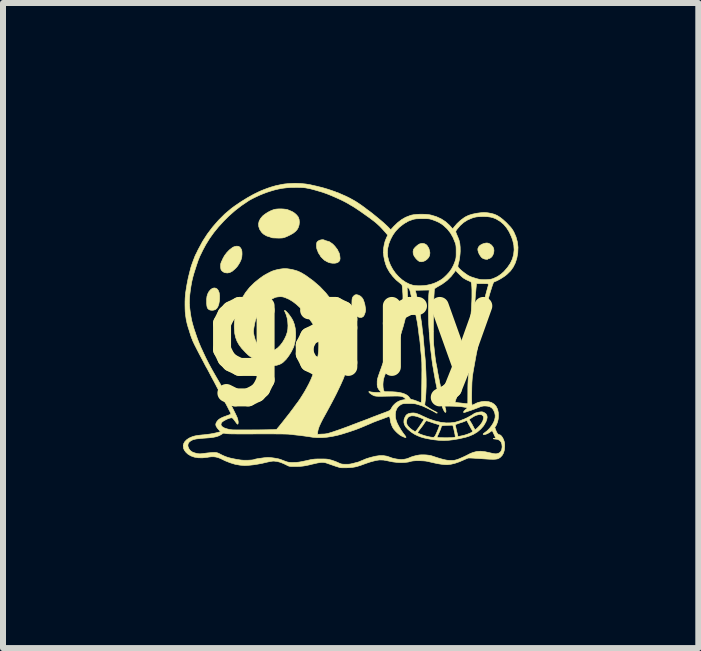
<source format=kicad_pcb>
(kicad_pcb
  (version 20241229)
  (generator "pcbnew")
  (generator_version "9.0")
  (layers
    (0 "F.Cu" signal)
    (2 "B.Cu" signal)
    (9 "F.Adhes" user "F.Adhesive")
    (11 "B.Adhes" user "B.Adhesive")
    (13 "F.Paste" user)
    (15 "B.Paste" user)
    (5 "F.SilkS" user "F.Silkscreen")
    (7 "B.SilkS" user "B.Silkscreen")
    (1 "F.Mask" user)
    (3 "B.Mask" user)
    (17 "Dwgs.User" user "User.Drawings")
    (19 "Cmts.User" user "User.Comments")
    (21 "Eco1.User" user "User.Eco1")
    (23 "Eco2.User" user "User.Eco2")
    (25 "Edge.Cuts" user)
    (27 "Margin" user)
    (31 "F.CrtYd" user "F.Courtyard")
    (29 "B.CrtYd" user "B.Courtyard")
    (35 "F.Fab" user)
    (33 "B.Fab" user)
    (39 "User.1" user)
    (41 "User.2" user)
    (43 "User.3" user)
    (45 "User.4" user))
  (footprint "gary"
    (layer "F.Cu")
    (at 2.792 2.376)
    (property "Reference" "gary" (at 0 0 0) (layer "F.SilkS") (effects (font (size 1.524 1.524) (thickness 0.3))))
    (attr through_hole)
    (fp_poly (pts (xy -2.244 -0.622) (xy -2.22 -0.607) (xy -2.201 -0.58) (xy -2.188 -0.544) (xy -2.182 -0.499) (xy -2.182 -0.446) (xy -2.185 -0.41) (xy -2.195 -0.356) (xy -2.21 -0.315) (xy -2.229 -0.285) (xy -2.254 -0.265) (xy -2.285 -0.256) (xy -2.306 -0.254) (xy -2.329 -0.256) (xy -2.348 -0.261) (xy -2.352 -0.262) (xy -2.369 -0.274) (xy -2.382 -0.288) (xy -2.39 -0.308) (xy -2.395 -0.337) (xy -2.398 -0.376) (xy -2.398 -0.379) (xy -2.398 -0.439) (xy -2.392 -0.489) (xy -2.378 -0.531) (xy -2.36 -0.565) (xy -2.332 -0.598) (xy -2.303 -0.619) (xy -2.273 -0.627) (xy -2.244 -0.622)) (stroke (width 0.01) (type solid)) (fill yes) (layer "F.SilkS"))
    (fp_poly (pts (xy 2.29 -1.374) (xy 2.311 -1.367) (xy 2.316 -1.364) (xy 2.349 -1.342) (xy 2.374 -1.311) (xy 2.387 -1.282) (xy 2.391 -1.249) (xy 2.387 -1.215) (xy 2.376 -1.182) (xy 2.36 -1.153) (xy 2.339 -1.131) (xy 2.316 -1.118) (xy 2.302 -1.116) (xy 2.294 -1.113) (xy 2.293 -1.11) (xy 2.287 -1.105) (xy 2.272 -1.104) (xy 2.252 -1.105) (xy 2.23 -1.11) (xy 2.211 -1.117) (xy 2.209 -1.118) (xy 2.186 -1.134) (xy 2.165 -1.16) (xy 2.145 -1.192) (xy 2.131 -1.225) (xy 2.123 -1.257) (xy 2.123 -1.281) (xy 2.135 -1.31) (xy 2.158 -1.336) (xy 2.192 -1.356) (xy 2.213 -1.364) (xy 2.245 -1.373) (xy 2.269 -1.376) (xy 2.29 -1.374)) (stroke (width 0.01) (type solid)) (fill yes) (layer "F.SilkS"))
    (fp_poly (pts (xy 0.127 -0.509) (xy 0.139 -0.504) (xy 0.167 -0.489) (xy 0.19 -0.467) (xy 0.21 -0.438) (xy 0.225 -0.399) (xy 0.239 -0.351) (xy 0.249 -0.29) (xy 0.252 -0.273) (xy 0.251 -0.249) (xy 0.245 -0.219) (xy 0.235 -0.19) (xy 0.223 -0.164) (xy 0.21 -0.148) (xy 0.209 -0.147) (xy 0.183 -0.135) (xy 0.153 -0.135) (xy 0.119 -0.146) (xy 0.103 -0.155) (xy 0.083 -0.169) (xy 0.069 -0.181) (xy 0.063 -0.188) (xy 0.047 -0.217) (xy 0.036 -0.24) (xy 0.029 -0.259) (xy 0.025 -0.278) (xy 0.024 -0.301) (xy 0.023 -0.333) (xy 0.023 -0.351) (xy 0.024 -0.393) (xy 0.025 -0.424) (xy 0.028 -0.447) (xy 0.032 -0.463) (xy 0.04 -0.477) (xy 0.05 -0.49) (xy 0.053 -0.493) (xy 0.075 -0.51) (xy 0.098 -0.515) (xy 0.127 -0.509)) (stroke (width 0.01) (type solid)) (fill yes) (layer "F.SilkS"))
    (fp_poly (pts (xy 1.227 -1.366) (xy 1.258 -1.351) (xy 1.267 -1.343) (xy 1.281 -1.328) (xy 1.289 -1.316) (xy 1.29 -1.312) (xy 1.294 -1.304) (xy 1.296 -1.303) (xy 1.301 -1.297) (xy 1.307 -1.282) (xy 1.313 -1.261) (xy 1.319 -1.238) (xy 1.323 -1.218) (xy 1.323 -1.206) (xy 1.318 -1.166) (xy 1.3 -1.131) (xy 1.271 -1.1) (xy 1.241 -1.08) (xy 1.211 -1.068) (xy 1.18 -1.063) (xy 1.152 -1.067) (xy 1.15 -1.068) (xy 1.131 -1.079) (xy 1.108 -1.099) (xy 1.086 -1.123) (xy 1.067 -1.149) (xy 1.059 -1.162) (xy 1.046 -1.196) (xy 1.043 -1.232) (xy 1.049 -1.264) (xy 1.049 -1.265) (xy 1.06 -1.283) (xy 1.079 -1.305) (xy 1.102 -1.326) (xy 1.127 -1.346) (xy 1.149 -1.359) (xy 1.154 -1.361) (xy 1.192 -1.37) (xy 1.227 -1.366)) (stroke (width 0.01) (type solid)) (fill yes) (layer "F.SilkS"))
    (fp_poly (pts (xy -1.866 -1.32) (xy -1.844 -1.307) (xy -1.826 -1.283) (xy -1.824 -1.279) (xy -1.816 -1.262) (xy -1.811 -1.244) (xy -1.809 -1.223) (xy -1.808 -1.192) (xy -1.808 -1.191) (xy -1.812 -1.141) (xy -1.825 -1.094) (xy -1.847 -1.047) (xy -1.864 -1.02) (xy -1.877 -0.999) (xy -1.888 -0.984) (xy -1.899 -0.971) (xy -1.913 -0.956) (xy -1.932 -0.938) (xy -1.972 -0.904) (xy -2.013 -0.883) (xy -2.053 -0.876) (xy -2.093 -0.881) (xy -2.103 -0.884) (xy -2.122 -0.895) (xy -2.141 -0.91) (xy -2.143 -0.912) (xy -2.154 -0.925) (xy -2.16 -0.939) (xy -2.163 -0.959) (xy -2.165 -0.98) (xy -2.165 -1.011) (xy -2.162 -1.034) (xy -2.154 -1.056) (xy -2.154 -1.057) (xy -2.143 -1.08) (xy -2.132 -1.104) (xy -2.13 -1.11) (xy -2.1 -1.165) (xy -2.062 -1.215) (xy -2.021 -1.258) (xy -2.005 -1.271) (xy -1.988 -1.284) (xy -1.976 -1.293) (xy -1.972 -1.297) (xy -1.959 -1.305) (xy -1.938 -1.314) (xy -1.915 -1.32) (xy -1.896 -1.323) (xy -1.895 -1.323) (xy -1.866 -1.32)) (stroke (width 0.01) (type solid)) (fill yes) (layer "F.SilkS"))
    (fp_poly (pts (xy -1.152 -1.944) (xy -1.115 -1.942) (xy -1.08 -1.938) (xy -1.053 -1.933) (xy -1.035 -1.926) (xy -1.033 -1.925) (xy -1.022 -1.92) (xy -1.005 -1.913) (xy -0.999 -1.911) (xy -0.966 -1.896) (xy -0.931 -1.873) (xy -0.9 -1.845) (xy -0.876 -1.816) (xy -0.869 -1.805) (xy -0.856 -1.766) (xy -0.852 -1.722) (xy -0.857 -1.676) (xy -0.871 -1.633) (xy -0.888 -1.602) (xy -0.914 -1.572) (xy -0.952 -1.541) (xy -1 -1.513) (xy -1.054 -1.487) (xy -1.085 -1.474) (xy -1.108 -1.466) (xy -1.129 -1.461) (xy -1.151 -1.459) (xy -1.18 -1.458) (xy -1.206 -1.458) (xy -1.238 -1.459) (xy -1.267 -1.46) (xy -1.29 -1.461) (xy -1.3 -1.462) (xy -1.317 -1.466) (xy -1.327 -1.47) (xy -1.337 -1.475) (xy -1.355 -1.48) (xy -1.367 -1.484) (xy -1.388 -1.49) (xy -1.405 -1.497) (xy -1.41 -1.5) (xy -1.424 -1.509) (xy -1.439 -1.517) (xy -1.454 -1.528) (xy -1.472 -1.545) (xy -1.483 -1.557) (xy -1.513 -1.602) (xy -1.529 -1.648) (xy -1.533 -1.694) (xy -1.523 -1.739) (xy -1.5 -1.783) (xy -1.465 -1.825) (xy -1.451 -1.837) (xy -1.415 -1.864) (xy -1.374 -1.89) (xy -1.331 -1.912) (xy -1.289 -1.929) (xy -1.257 -1.938) (xy -1.227 -1.942) (xy -1.191 -1.944) (xy -1.152 -1.944)) (stroke (width 0.01) (type solid)) (fill yes) (layer "F.SilkS"))
    (fp_poly (pts (xy -0.443 -1.428) (xy -0.437 -1.425) (xy -0.428 -1.42) (xy -0.41 -1.414) (xy -0.386 -1.407) (xy -0.386 -1.407) (xy -0.364 -1.401) (xy -0.348 -1.395) (xy -0.341 -1.39) (xy -0.341 -1.39) (xy -0.335 -1.384) (xy -0.328 -1.38) (xy -0.314 -1.372) (xy -0.294 -1.356) (xy -0.272 -1.334) (xy -0.252 -1.311) (xy -0.244 -1.3) (xy -0.232 -1.284) (xy -0.223 -1.273) (xy -0.22 -1.27) (xy -0.216 -1.262) (xy -0.209 -1.247) (xy -0.207 -1.243) (xy -0.2 -1.227) (xy -0.194 -1.217) (xy -0.193 -1.217) (xy -0.189 -1.208) (xy -0.184 -1.19) (xy -0.179 -1.166) (xy -0.176 -1.142) (xy -0.174 -1.12) (xy -0.174 -1.116) (xy -0.179 -1.086) (xy -0.196 -1.063) (xy -0.222 -1.047) (xy -0.258 -1.039) (xy -0.302 -1.039) (xy -0.336 -1.044) (xy -0.362 -1.051) (xy -0.388 -1.063) (xy -0.395 -1.066) (xy -0.411 -1.076) (xy -0.423 -1.082) (xy -0.425 -1.083) (xy -0.432 -1.087) (xy -0.445 -1.099) (xy -0.461 -1.114) (xy -0.478 -1.131) (xy -0.492 -1.145) (xy -0.5 -1.156) (xy -0.501 -1.158) (xy -0.505 -1.166) (xy -0.514 -1.181) (xy -0.521 -1.191) (xy -0.533 -1.208) (xy -0.54 -1.222) (xy -0.541 -1.226) (xy -0.544 -1.237) (xy -0.551 -1.252) (xy -0.561 -1.279) (xy -0.566 -1.312) (xy -0.567 -1.348) (xy -0.565 -1.365) (xy -0.561 -1.385) (xy -0.552 -1.398) (xy -0.534 -1.412) (xy -0.533 -1.412) (xy -0.511 -1.423) (xy -0.485 -1.429) (xy -0.461 -1.431) (xy -0.443 -1.428)) (stroke (width 0.01) (type solid)) (fill yes) (layer "F.SilkS"))
    (fp_poly (pts (xy 2.206 1.441) (xy 2.226 1.45) (xy 2.227 1.45) (xy 2.256 1.47) (xy 2.272 1.495) (xy 2.278 1.526) (xy 2.272 1.563) (xy 2.256 1.607) (xy 2.253 1.612) (xy 2.218 1.672) (xy 2.171 1.725) (xy 2.115 1.773) (xy 2.049 1.813) (xy 1.976 1.844) (xy 1.922 1.861) (xy 1.819 1.885) (xy 1.726 1.902) (xy 1.639 1.912) (xy 1.556 1.916) (xy 1.474 1.913) (xy 1.39 1.904) (xy 1.374 1.902) (xy 1.295 1.888) (xy 1.228 1.874) (xy 1.17 1.857) (xy 1.119 1.837) (xy 1.072 1.814) (xy 1.027 1.786) (xy 1.027 1.786) (xy 1.12 1.786) (xy 1.121 1.787) (xy 1.132 1.796) (xy 1.153 1.806) (xy 1.183 1.818) (xy 1.218 1.83) (xy 1.255 1.841) (xy 1.293 1.85) (xy 1.327 1.858) (xy 1.357 1.862) (xy 1.377 1.863) (xy 1.39 1.861) (xy 1.396 1.858) (xy 1.445 1.858) (xy 1.452 1.864) (xy 1.466 1.867) (xy 1.486 1.868) (xy 1.516 1.869) (xy 1.552 1.87) (xy 1.591 1.87) (xy 1.629 1.87) (xy 1.664 1.869) (xy 1.694 1.868) (xy 1.713 1.866) (xy 1.716 1.865) (xy 1.734 1.862) (xy 1.746 1.858) (xy 1.747 1.857) (xy 1.747 1.85) (xy 1.744 1.833) (xy 1.74 1.808) (xy 1.734 1.779) (xy 1.727 1.748) (xy 1.72 1.718) (xy 1.714 1.694) (xy 1.705 1.661) (xy 1.616 1.663) (xy 1.576 1.665) (xy 1.547 1.667) (xy 1.528 1.671) (xy 1.517 1.677) (xy 1.512 1.686) (xy 1.511 1.696) (xy 1.508 1.707) (xy 1.501 1.727) (xy 1.491 1.752) (xy 1.479 1.779) (xy 1.467 1.805) (xy 1.457 1.826) (xy 1.447 1.846) (xy 1.445 1.858) (xy 1.396 1.858) (xy 1.399 1.856) (xy 1.407 1.845) (xy 1.418 1.826) (xy 1.422 1.818) (xy 1.437 1.785) (xy 1.452 1.75) (xy 1.466 1.716) (xy 1.476 1.687) (xy 1.481 1.67) (xy 1.482 1.658) (xy 1.476 1.652) (xy 1.475 1.652) (xy 1.746 1.652) (xy 1.755 1.696) (xy 1.762 1.727) (xy 1.769 1.758) (xy 1.774 1.778) (xy 1.78 1.802) (xy 1.785 1.823) (xy 1.787 1.832) (xy 1.791 1.85) (xy 1.84 1.841) (xy 1.872 1.834) (xy 1.907 1.825) (xy 1.932 1.817) (xy 1.96 1.807) (xy 1.989 1.795) (xy 2.007 1.787) (xy 2.027 1.775) (xy 2.034 1.764) (xy 2.031 1.751) (xy 2.025 1.741) (xy 2.019 1.731) (xy 2.008 1.713) (xy 1.995 1.689) (xy 1.981 1.662) (xy 1.967 1.637) (xy 1.956 1.616) (xy 1.95 1.603) (xy 1.95 1.603) (xy 1.944 1.591) (xy 1.936 1.586) (xy 1.924 1.587) (xy 1.904 1.596) (xy 1.899 1.598) (xy 1.881 1.605) (xy 1.868 1.61) (xy 1.865 1.611) (xy 1.856 1.613) (xy 1.838 1.619) (xy 1.814 1.627) (xy 1.803 1.631) (xy 1.746 1.652) (xy 1.475 1.652) (xy 1.462 1.648) (xy 1.446 1.645) (xy 1.422 1.637) (xy 1.392 1.628) (xy 1.359 1.617) (xy 1.328 1.606) (xy 1.301 1.597) (xy 1.28 1.59) (xy 1.27 1.587) (xy 1.269 1.587) (xy 1.26 1.589) (xy 1.248 1.602) (xy 1.236 1.619) (xy 1.219 1.645) (xy 1.199 1.674) (xy 1.188 1.688) (xy 1.162 1.722) (xy 1.144 1.746) (xy 1.131 1.764) (xy 1.124 1.775) (xy 1.121 1.782) (xy 1.12 1.786) (xy 1.027 1.786) (xy 1.004 1.769) (xy 0.956 1.729) (xy 0.921 1.69) (xy 0.899 1.651) (xy 0.892 1.622) (xy 0.934 1.622) (xy 0.943 1.652) (xy 0.944 1.654) (xy 0.964 1.683) (xy 0.994 1.713) (xy 1.031 1.741) (xy 1.041 1.747) (xy 1.079 1.77) (xy 1.102 1.746) (xy 1.115 1.729) (xy 1.133 1.705) (xy 1.152 1.678) (xy 1.161 1.664) (xy 1.179 1.638) (xy 1.194 1.614) (xy 1.207 1.596) (xy 1.211 1.589) (xy 1.221 1.571) (xy 1.222 1.56) (xy 1.217 1.557) (xy 1.207 1.555) (xy 1.19 1.548) (xy 1.175 1.541) (xy 1.116 1.518) (xy 1.065 1.506) (xy 1.021 1.504) (xy 0.985 1.513) (xy 0.98 1.515) (xy 0.958 1.532) (xy 0.943 1.558) (xy 0.934 1.589) (xy 0.934 1.622) (xy 0.892 1.622) (xy 0.89 1.611) (xy 0.892 1.571) (xy 0.906 1.532) (xy 0.922 1.502) (xy 0.941 1.482) (xy 0.965 1.469) (xy 0.987 1.463) (xy 1.02 1.458) (xy 1.051 1.457) (xy 1.083 1.461) (xy 1.119 1.472) (xy 1.161 1.489) (xy 1.2 1.508) (xy 1.304 1.555) (xy 1.404 1.589) (xy 1.5 1.612) (xy 1.593 1.623) (xy 1.669 1.622) (xy 1.748 1.611) (xy 1.826 1.587) (xy 1.855 1.575) (xy 1.875 1.567) (xy 1.892 1.561) (xy 1.893 1.56) (xy 1.979 1.56) (xy 1.981 1.57) (xy 1.991 1.588) (xy 1.998 1.599) (xy 2.01 1.619) (xy 2.026 1.646) (xy 2.041 1.675) (xy 2.046 1.683) (xy 2.058 1.707) (xy 2.069 1.726) (xy 2.076 1.736) (xy 2.078 1.738) (xy 2.084 1.733) (xy 2.098 1.722) (xy 2.115 1.706) (xy 2.116 1.706) (xy 2.157 1.663) (xy 2.187 1.623) (xy 2.206 1.587) (xy 2.208 1.581) (xy 2.216 1.552) (xy 2.218 1.531) (xy 2.214 1.514) (xy 2.205 1.502) (xy 2.187 1.488) (xy 2.16 1.483) (xy 2.128 1.487) (xy 2.091 1.498) (xy 2.053 1.516) (xy 2.014 1.541) (xy 2.014 1.541) (xy 1.999 1.552) (xy 1.987 1.557) (xy 1.986 1.557) (xy 1.979 1.56) (xy 1.893 1.56) (xy 1.906 1.555) (xy 1.928 1.545) (xy 1.955 1.531) (xy 1.983 1.516) (xy 2.009 1.501) (xy 2.032 1.488) (xy 2.047 1.478) (xy 2.052 1.474) (xy 2.065 1.465) (xy 2.089 1.456) (xy 2.119 1.447) (xy 2.153 1.441) (xy 2.16 1.44) (xy 2.186 1.438) (xy 2.206 1.441)) (stroke (width 0.01) (type solid)) (fill yes) (layer "F.SilkS"))
    (fp_poly (pts (xy -0.833 -2.368) (xy -0.744 -2.359) (xy -0.672 -2.347) (xy -0.62 -2.335) (xy -0.57 -2.324) (xy -0.522 -2.312) (xy -0.481 -2.302) (xy -0.448 -2.293) (xy -0.431 -2.288) (xy -0.378 -2.272) (xy -0.333 -2.257) (xy -0.295 -2.244) (xy -0.267 -2.234) (xy -0.249 -2.228) (xy -0.244 -2.225) (xy -0.232 -2.219) (xy -0.229 -2.219) (xy -0.219 -2.217) (xy -0.201 -2.21) (xy -0.186 -2.203) (xy -0.161 -2.192) (xy -0.131 -2.179) (xy -0.102 -2.166) (xy -0.1 -2.166) (xy -0.07 -2.152) (xy -0.039 -2.137) (xy -0.014 -2.124) (xy -0.013 -2.124) (xy 0.01 -2.111) (xy 0.032 -2.099) (xy 0.043 -2.093) (xy 0.07 -2.078) (xy 0.104 -2.057) (xy 0.143 -2.031) (xy 0.184 -2.003) (xy 0.224 -1.974) (xy 0.251 -1.954) (xy 0.259 -1.947) (xy 0.275 -1.935) (xy 0.296 -1.919) (xy 0.311 -1.909) (xy 0.357 -1.874) (xy 0.405 -1.835) (xy 0.454 -1.795) (xy 0.502 -1.755) (xy 0.547 -1.717) (xy 0.586 -1.681) (xy 0.618 -1.651) (xy 0.634 -1.635) (xy 0.67 -1.596) (xy 0.723 -1.654) (xy 0.787 -1.716) (xy 0.851 -1.765) (xy 0.918 -1.804) (xy 0.99 -1.832) (xy 1.014 -1.84) (xy 1.052 -1.847) (xy 1.099 -1.852) (xy 1.152 -1.855) (xy 1.207 -1.855) (xy 1.26 -1.853) (xy 1.308 -1.848) (xy 1.34 -1.842) (xy 1.43 -1.815) (xy 1.511 -1.778) (xy 1.584 -1.731) (xy 1.648 -1.673) (xy 1.682 -1.635) (xy 1.703 -1.61) (xy 1.725 -1.639) (xy 1.776 -1.699) (xy 1.834 -1.753) (xy 1.896 -1.799) (xy 1.921 -1.814) (xy 1.969 -1.837) (xy 2.03 -1.856) (xy 2.101 -1.871) (xy 2.138 -1.876) (xy 2.177 -1.881) (xy 2.207 -1.883) (xy 2.234 -1.884) (xy 2.262 -1.882) (xy 2.289 -1.879) (xy 2.346 -1.869) (xy 2.397 -1.855) (xy 2.445 -1.834) (xy 2.491 -1.805) (xy 2.539 -1.768) (xy 2.591 -1.721) (xy 2.607 -1.705) (xy 2.639 -1.671) (xy 2.664 -1.645) (xy 2.683 -1.622) (xy 2.698 -1.601) (xy 2.712 -1.578) (xy 2.723 -1.559) (xy 2.759 -1.476) (xy 2.782 -1.391) (xy 2.792 -1.304) (xy 2.788 -1.216) (xy 2.788 -1.21) (xy 2.772 -1.122) (xy 2.747 -1.044) (xy 2.712 -0.974) (xy 2.668 -0.912) (xy 2.612 -0.857) (xy 2.593 -0.841) (xy 2.567 -0.821) (xy 2.535 -0.8) (xy 2.501 -0.779) (xy 2.469 -0.761) (xy 2.44 -0.746) (xy 2.419 -0.737) (xy 2.415 -0.736) (xy 2.399 -0.73) (xy 2.388 -0.722) (xy 2.379 -0.707) (xy 2.374 -0.693) (xy 2.363 -0.664) (xy 2.35 -0.623) (xy 2.333 -0.57) (xy 2.313 -0.504) (xy 2.311 -0.495) (xy 2.3 -0.456) (xy 2.287 -0.408) (xy 2.272 -0.353) (xy 2.258 -0.295) (xy 2.243 -0.237) (xy 2.229 -0.18) (xy 2.217 -0.129) (xy 2.208 -0.086) (xy 2.202 -0.06) (xy 2.195 -0.026) (xy 2.188 0.012) (xy 2.182 0.04) (xy 2.171 0.097) (xy 2.161 0.143) (xy 2.154 0.181) (xy 2.148 0.212) (xy 2.142 0.239) (xy 2.138 0.264) (xy 2.133 0.289) (xy 2.132 0.294) (xy 2.125 0.329) (xy 2.117 0.372) (xy 2.109 0.417) (xy 2.101 0.455) (xy 2.086 0.537) (xy 2.073 0.609) (xy 2.062 0.67) (xy 2.053 0.721) (xy 2.045 0.766) (xy 2.039 0.804) (xy 2.034 0.837) (xy 2.03 0.867) (xy 2.028 0.895) (xy 2.026 0.922) (xy 2.024 0.951) (xy 2.023 0.981) (xy 2.022 1.015) (xy 2.021 1.054) (xy 2.021 1.066) (xy 2.02 1.117) (xy 2.019 1.165) (xy 2.019 1.209) (xy 2.02 1.246) (xy 2.02 1.274) (xy 2.021 1.291) (xy 2.021 1.291) (xy 2.026 1.329) (xy 2.061 1.313) (xy 2.082 1.302) (xy 2.1 1.293) (xy 2.107 1.29) (xy 2.127 1.282) (xy 2.156 1.275) (xy 2.189 1.268) (xy 2.222 1.264) (xy 2.245 1.263) (xy 2.302 1.269) (xy 2.352 1.284) (xy 2.393 1.31) (xy 2.426 1.345) (xy 2.449 1.391) (xy 2.454 1.405) (xy 2.464 1.453) (xy 2.466 1.505) (xy 2.462 1.559) (xy 2.45 1.609) (xy 2.433 1.653) (xy 2.426 1.666) (xy 2.405 1.697) (xy 2.417 1.733) (xy 2.432 1.77) (xy 2.448 1.798) (xy 2.464 1.814) (xy 2.476 1.818) (xy 2.497 1.825) (xy 2.517 1.843) (xy 2.537 1.872) (xy 2.551 1.902) (xy 2.56 1.927) (xy 2.566 1.948) (xy 2.569 1.972) (xy 2.57 2.002) (xy 2.57 2.012) (xy 2.565 2.073) (xy 2.55 2.125) (xy 2.526 2.167) (xy 2.493 2.2) (xy 2.47 2.214) (xy 2.457 2.22) (xy 2.441 2.224) (xy 2.42 2.227) (xy 2.394 2.229) (xy 2.361 2.229) (xy 2.319 2.228) (xy 2.267 2.225) (xy 2.205 2.221) (xy 2.146 2.217) (xy 2.099 2.214) (xy 2.056 2.211) (xy 2.018 2.209) (xy 1.988 2.208) (xy 1.968 2.208) (xy 1.96 2.209) (xy 1.947 2.214) (xy 1.925 2.223) (xy 1.899 2.234) (xy 1.886 2.24) (xy 1.814 2.271) (xy 1.744 2.295) (xy 1.678 2.311) (xy 1.618 2.319) (xy 1.598 2.319) (xy 1.559 2.317) (xy 1.51 2.311) (xy 1.453 2.302) (xy 1.392 2.289) (xy 1.38 2.286) (xy 1.347 2.279) (xy 1.31 2.27) (xy 1.279 2.263) (xy 1.248 2.258) (xy 1.21 2.255) (xy 1.167 2.253) (xy 1.124 2.252) (xy 1.082 2.253) (xy 1.046 2.256) (xy 1.018 2.26) (xy 1.009 2.263) (xy 0.962 2.275) (xy 0.905 2.282) (xy 0.842 2.284) (xy 0.775 2.281) (xy 0.707 2.273) (xy 0.641 2.26) (xy 0.624 2.256) (xy 0.55 2.242) (xy 0.481 2.24) (xy 0.424 2.249) (xy 0.376 2.261) (xy 0.322 2.276) (xy 0.269 2.294) (xy 0.224 2.31) (xy 0.167 2.331) (xy 0.119 2.346) (xy 0.075 2.357) (xy 0.032 2.364) (xy -0.014 2.368) (xy -0.057 2.37) (xy -0.093 2.37) (xy -0.125 2.37) (xy -0.151 2.37) (xy -0.167 2.369) (xy -0.17 2.369) (xy -0.19 2.363) (xy -0.219 2.354) (xy -0.254 2.343) (xy -0.291 2.33) (xy -0.326 2.318) (xy -0.357 2.307) (xy -0.361 2.306) (xy -0.389 2.296) (xy -0.414 2.288) (xy -0.438 2.283) (xy -0.461 2.281) (xy -0.487 2.281) (xy -0.517 2.285) (xy -0.553 2.291) (xy -0.596 2.301) (xy -0.65 2.313) (xy -0.688 2.323) (xy -0.741 2.334) (xy -0.789 2.342) (xy -0.837 2.347) (xy -0.89 2.349) (xy -0.919 2.349) (xy -0.959 2.349) (xy -0.988 2.349) (xy -1.008 2.347) (xy -1.024 2.344) (xy -1.036 2.34) (xy -1.046 2.335) (xy -1.111 2.303) (xy -1.168 2.28) (xy -1.22 2.266) (xy -1.27 2.26) (xy -1.284 2.259) (xy -1.306 2.261) (xy -1.337 2.266) (xy -1.373 2.273) (xy -1.411 2.282) (xy -1.476 2.297) (xy -1.545 2.31) (xy -1.615 2.321) (xy -1.68 2.328) (xy -1.739 2.332) (xy -1.764 2.333) (xy -1.842 2.327) (xy -1.925 2.312) (xy -2.009 2.286) (xy -2.092 2.253) (xy -2.112 2.243) (xy -2.161 2.219) (xy -2.203 2.202) (xy -2.241 2.192) (xy -2.278 2.187) (xy -2.317 2.187) (xy -2.362 2.192) (xy -2.383 2.196) (xy -2.464 2.205) (xy -2.538 2.204) (xy -2.604 2.193) (xy -2.662 2.172) (xy -2.711 2.142) (xy -2.744 2.111) (xy -2.768 2.079) (xy -2.782 2.049) (xy -2.787 2.016) (xy -2.787 2.007) (xy -2.786 1.997) (xy -2.711 1.997) (xy -2.708 2.017) (xy -2.692 2.055) (xy -2.669 2.085) (xy -2.636 2.108) (xy -2.593 2.124) (xy -2.567 2.13) (xy -2.545 2.135) (xy -2.527 2.137) (xy -2.509 2.138) (xy -2.488 2.137) (xy -2.46 2.133) (xy -2.426 2.129) (xy -2.386 2.124) (xy -2.345 2.12) (xy -2.308 2.117) (xy -2.279 2.116) (xy -2.252 2.116) (xy -2.232 2.118) (xy -2.215 2.123) (xy -2.195 2.131) (xy -2.168 2.145) (xy -2.165 2.147) (xy -2.126 2.166) (xy -2.089 2.182) (xy -2.05 2.196) (xy -2.007 2.208) (xy -1.958 2.219) (xy -1.901 2.23) (xy -1.838 2.24) (xy -1.813 2.243) (xy -1.781 2.245) (xy -1.745 2.245) (xy -1.709 2.245) (xy -1.674 2.243) (xy -1.645 2.241) (xy -1.622 2.238) (xy -1.61 2.235) (xy -1.609 2.234) (xy -1.599 2.23) (xy -1.578 2.225) (xy -1.548 2.219) (xy -1.514 2.214) (xy -1.477 2.209) (xy -1.441 2.204) (xy -1.408 2.201) (xy -1.38 2.199) (xy -1.372 2.199) (xy -1.334 2.201) (xy -1.291 2.206) (xy -1.246 2.213) (xy -1.204 2.221) (xy -1.169 2.231) (xy -1.156 2.236) (xy -1.115 2.252) (xy -1.083 2.264) (xy -1.057 2.273) (xy -1.034 2.278) (xy -1.012 2.281) (xy -0.987 2.282) (xy -0.956 2.282) (xy -0.956 2.282) (xy -0.929 2.281) (xy -0.907 2.281) (xy -0.886 2.279) (xy -0.864 2.277) (xy -0.839 2.273) (xy -0.808 2.267) (xy -0.77 2.259) (xy -0.722 2.249) (xy -0.705 2.245) (xy -0.666 2.236) (xy -0.634 2.231) (xy -0.606 2.227) (xy -0.577 2.225) (xy -0.544 2.224) (xy -0.503 2.224) (xy -0.493 2.224) (xy -0.45 2.224) (xy -0.417 2.225) (xy -0.39 2.227) (xy -0.367 2.231) (xy -0.345 2.236) (xy -0.321 2.242) (xy -0.285 2.254) (xy -0.246 2.268) (xy -0.211 2.283) (xy -0.205 2.286) (xy -0.18 2.297) (xy -0.16 2.305) (xy -0.142 2.309) (xy -0.12 2.311) (xy -0.091 2.312) (xy -0.079 2.312) (xy -0.04 2.312) (xy -0.008 2.309) (xy 0.022 2.303) (xy 0.049 2.296) (xy 0.076 2.289) (xy 0.098 2.283) (xy 0.112 2.28) (xy 0.115 2.279) (xy 0.124 2.277) (xy 0.144 2.27) (xy 0.169 2.259) (xy 0.199 2.247) (xy 0.224 2.236) (xy 0.26 2.221) (xy 0.304 2.207) (xy 0.354 2.193) (xy 0.404 2.181) (xy 0.415 2.178) (xy 0.484 2.168) (xy 0.548 2.168) (xy 0.609 2.178) (xy 0.669 2.199) (xy 0.678 2.203) (xy 0.703 2.211) (xy 0.737 2.219) (xy 0.775 2.226) (xy 0.813 2.231) (xy 0.846 2.233) (xy 0.848 2.233) (xy 0.889 2.23) (xy 0.931 2.222) (xy 0.967 2.21) (xy 0.983 2.203) (xy 1.004 2.194) (xy 1.035 2.183) (xy 1.071 2.173) (xy 1.109 2.164) (xy 1.144 2.158) (xy 1.15 2.157) (xy 1.183 2.155) (xy 1.223 2.155) (xy 1.265 2.157) (xy 1.306 2.162) (xy 1.339 2.168) (xy 1.354 2.172) (xy 1.417 2.193) (xy 1.47 2.21) (xy 1.515 2.223) (xy 1.552 2.233) (xy 1.584 2.24) (xy 1.612 2.245) (xy 1.639 2.247) (xy 1.666 2.248) (xy 1.671 2.248) (xy 1.707 2.248) (xy 1.736 2.245) (xy 1.763 2.238) (xy 1.786 2.231) (xy 1.814 2.22) (xy 1.849 2.205) (xy 1.889 2.187) (xy 1.929 2.168) (xy 1.966 2.149) (xy 1.987 2.138) (xy 1.999 2.133) (xy 2.02 2.124) (xy 2.044 2.115) (xy 2.047 2.114) (xy 2.105 2.099) (xy 2.17 2.095) (xy 2.243 2.103) (xy 2.279 2.111) (xy 2.324 2.121) (xy 2.358 2.129) (xy 2.383 2.134) (xy 2.402 2.137) (xy 2.417 2.138) (xy 2.429 2.138) (xy 2.441 2.136) (xy 2.442 2.136) (xy 2.476 2.125) (xy 2.502 2.104) (xy 2.519 2.074) (xy 2.526 2.033) (xy 2.527 2.018) (xy 2.522 1.973) (xy 2.508 1.938) (xy 2.484 1.913) (xy 2.452 1.897) (xy 2.411 1.892) (xy 2.409 1.892) (xy 2.391 1.89) (xy 2.381 1.887) (xy 2.38 1.885) (xy 2.385 1.88) (xy 2.399 1.878) (xy 2.4 1.878) (xy 2.414 1.877) (xy 2.42 1.874) (xy 2.42 1.874) (xy 2.417 1.867) (xy 2.41 1.852) (xy 2.4 1.831) (xy 2.389 1.807) (xy 2.378 1.784) (xy 2.369 1.766) (xy 2.363 1.754) (xy 2.362 1.752) (xy 2.357 1.755) (xy 2.343 1.763) (xy 2.328 1.774) (xy 2.3 1.792) (xy 2.272 1.806) (xy 2.246 1.815) (xy 2.226 1.819) (xy 2.214 1.816) (xy 2.214 1.816) (xy 2.211 1.809) (xy 2.215 1.802) (xy 2.229 1.791) (xy 2.234 1.788) (xy 2.278 1.754) (xy 2.319 1.712) (xy 2.354 1.666) (xy 2.383 1.619) (xy 2.4 1.577) (xy 2.41 1.536) (xy 2.412 1.5) (xy 2.406 1.465) (xy 2.399 1.442) (xy 2.38 1.402) (xy 2.354 1.372) (xy 2.321 1.353) (xy 2.28 1.343) (xy 2.249 1.341) (xy 2.219 1.341) (xy 2.195 1.345) (xy 2.171 1.351) (xy 2.142 1.363) (xy 2.119 1.372) (xy 2.089 1.383) (xy 2.055 1.396) (xy 2.019 1.409) (xy 1.983 1.421) (xy 1.95 1.432) (xy 1.922 1.442) (xy 1.902 1.448) (xy 1.892 1.45) (xy 1.891 1.45) (xy 1.884 1.447) (xy 1.886 1.436) (xy 1.895 1.422) (xy 1.911 1.406) (xy 1.919 1.399) (xy 1.934 1.388) (xy 1.942 1.379) (xy 1.943 1.373) (xy 1.936 1.368) (xy 1.918 1.364) (xy 1.89 1.359) (xy 1.858 1.354) (xy 1.835 1.351) (xy 1.805 1.349) (xy 1.77 1.347) (xy 1.732 1.345) (xy 1.693 1.344) (xy 1.656 1.343) (xy 1.623 1.343) (xy 1.596 1.343) (xy 1.578 1.344) (xy 1.571 1.346) (xy 1.571 1.346) (xy 1.573 1.353) (xy 1.578 1.369) (xy 1.581 1.377) (xy 1.588 1.403) (xy 1.591 1.426) (xy 1.589 1.442) (xy 1.585 1.447) (xy 1.576 1.445) (xy 1.565 1.431) (xy 1.552 1.407) (xy 1.537 1.374) (xy 1.521 1.332) (xy 1.504 1.283) (xy 1.487 1.228) (xy 1.471 1.168) (xy 1.455 1.105) (xy 1.443 1.056) (xy 1.434 1.011) (xy 1.423 0.959) (xy 1.412 0.901) (xy 1.401 0.839) (xy 1.39 0.778) (xy 1.38 0.718) (xy 1.37 0.661) (xy 1.363 0.611) (xy 1.357 0.57) (xy 1.354 0.541) (xy 1.351 0.515) (xy 1.347 0.481) (xy 1.342 0.445) (xy 1.34 0.428) (xy 1.335 0.39) (xy 1.33 0.34) (xy 1.325 0.281) (xy 1.32 0.214) (xy 1.314 0.142) (xy 1.309 0.065) (xy 1.307 0.037) (xy 1.382 0.037) (xy 1.382 0.103) (xy 1.382 0.164) (xy 1.383 0.219) (xy 1.385 0.266) (xy 1.386 0.305) (xy 1.388 0.333) (xy 1.389 0.338) (xy 1.393 0.37) (xy 1.397 0.411) (xy 1.402 0.456) (xy 1.407 0.498) (xy 1.407 0.501) (xy 1.412 0.54) (xy 1.417 0.576) (xy 1.422 0.608) (xy 1.426 0.631) (xy 1.427 0.635) (xy 1.433 0.661) (xy 1.439 0.693) (xy 1.444 0.722) (xy 1.449 0.753) (xy 1.456 0.793) (xy 1.465 0.838) (xy 1.475 0.889) (xy 1.485 0.943) (xy 1.497 0.997) (xy 1.508 1.052) (xy 1.519 1.104) (xy 1.529 1.152) (xy 1.538 1.194) (xy 1.546 1.229) (xy 1.553 1.255) (xy 1.557 1.269) (xy 1.558 1.271) (xy 1.562 1.279) (xy 1.569 1.284) (xy 1.581 1.285) (xy 1.602 1.284) (xy 1.612 1.283) (xy 1.66 1.28) (xy 1.661 1.275) (xy 1.744 1.275) (xy 1.747 1.28) (xy 1.757 1.281) (xy 1.776 1.284) (xy 1.803 1.288) (xy 1.834 1.291) (xy 1.866 1.295) (xy 1.896 1.298) (xy 1.92 1.301) (xy 1.936 1.302) (xy 1.938 1.303) (xy 1.955 1.303) (xy 1.956 1.108) (xy 1.956 1.043) (xy 1.957 0.988) (xy 1.959 0.942) (xy 1.961 0.902) (xy 1.964 0.864) (xy 1.968 0.826) (xy 1.971 0.802) (xy 1.981 0.733) (xy 1.993 0.66) (xy 2.006 0.588) (xy 2.019 0.522) (xy 2.029 0.478) (xy 2.035 0.451) (xy 2.042 0.418) (xy 2.048 0.385) (xy 2.049 0.381) (xy 2.057 0.337) (xy 2.069 0.281) (xy 2.083 0.211) (xy 2.102 0.129) (xy 2.123 0.034) (xy 2.139 -0.037) (xy 2.146 -0.069) (xy 2.155 -0.108) (xy 2.163 -0.145) (xy 2.165 -0.154) (xy 2.172 -0.187) (xy 2.18 -0.219) (xy 2.187 -0.246) (xy 2.189 -0.254) (xy 2.194 -0.274) (xy 2.201 -0.303) (xy 2.21 -0.339) (xy 2.22 -0.377) (xy 2.223 -0.391) (xy 2.247 -0.487) (xy 2.269 -0.57) (xy 2.289 -0.642) (xy 2.289 -0.642) (xy 2.295 -0.663) (xy 2.298 -0.678) (xy 2.297 -0.689) (xy 2.29 -0.695) (xy 2.274 -0.698) (xy 2.249 -0.698) (xy 2.213 -0.699) (xy 2.199 -0.699) (xy 2.1 -0.699) (xy 2.096 -0.655) (xy 2.093 -0.628) (xy 2.09 -0.594) (xy 2.087 -0.558) (xy 2.085 -0.545) (xy 2.083 -0.519) (xy 2.08 -0.483) (xy 2.077 -0.439) (xy 2.074 -0.39) (xy 2.071 -0.338) (xy 2.069 -0.304) (xy 2.066 -0.253) (xy 2.062 -0.203) (xy 2.059 -0.157) (xy 2.056 -0.117) (xy 2.054 -0.085) (xy 2.052 -0.07) (xy 2.049 -0.034) (xy 2.045 0.005) (xy 2.042 0.04) (xy 2.042 0.043) (xy 2.038 0.077) (xy 2.033 0.114) (xy 2.028 0.144) (xy 2.021 0.174) (xy 2.013 0.21) (xy 2.006 0.244) (xy 2.005 0.247) (xy 1.994 0.301) (xy 1.984 0.345) (xy 1.976 0.38) (xy 1.97 0.409) (xy 1.963 0.434) (xy 1.959 0.451) (xy 1.952 0.479) (xy 1.943 0.515) (xy 1.935 0.551) (xy 1.932 0.565) (xy 1.923 0.603) (xy 1.913 0.648) (xy 1.901 0.701) (xy 1.886 0.764) (xy 1.869 0.837) (xy 1.861 0.869) (xy 1.853 0.901) (xy 1.846 0.93) (xy 1.84 0.953) (xy 1.837 0.963) (xy 1.832 0.981) (xy 1.825 1.007) (xy 1.818 1.033) (xy 1.801 1.093) (xy 1.783 1.153) (xy 1.765 1.208) (xy 1.756 1.232) (xy 1.747 1.259) (xy 1.744 1.275) (xy 1.661 1.275) (xy 1.671 1.247) (xy 1.68 1.222) (xy 1.69 1.193) (xy 1.699 1.166) (xy 1.757 0.998) (xy 1.807 0.833) (xy 1.852 0.667) (xy 1.885 0.531) (xy 1.903 0.453) (xy 1.918 0.38) (xy 1.933 0.309) (xy 1.947 0.236) (xy 1.961 0.156) (xy 1.971 0.097) (xy 1.986 0.007) (xy 1.997 -0.079) (xy 2.006 -0.165) (xy 2.014 -0.256) (xy 2.018 -0.331) (xy 2.022 -0.404) (xy 2.024 -0.473) (xy 2.024 -0.536) (xy 2.024 -0.592) (xy 2.022 -0.641) (xy 2.019 -0.679) (xy 2.014 -0.708) (xy 2.009 -0.725) (xy 2.005 -0.729) (xy 1.994 -0.734) (xy 1.975 -0.743) (xy 1.952 -0.754) (xy 1.95 -0.754) (xy 1.923 -0.767) (xy 1.898 -0.782) (xy 1.88 -0.793) (xy 1.863 -0.807) (xy 1.842 -0.826) (xy 1.819 -0.848) (xy 1.797 -0.87) (xy 1.777 -0.89) (xy 1.764 -0.905) (xy 1.761 -0.91) (xy 1.756 -0.916) (xy 1.75 -0.913) (xy 1.74 -0.901) (xy 1.738 -0.897) (xy 1.679 -0.821) (xy 1.61 -0.752) (xy 1.529 -0.692) (xy 1.44 -0.64) (xy 1.42 -0.628) (xy 1.406 -0.617) (xy 1.401 -0.611) (xy 1.398 -0.598) (xy 1.396 -0.572) (xy 1.394 -0.536) (xy 1.391 -0.491) (xy 1.389 -0.437) (xy 1.387 -0.378) (xy 1.386 -0.313) (xy 1.384 -0.245) (xy 1.383 -0.174) (xy 1.383 -0.103) (xy 1.382 -0.032) (xy 1.382 0.037) (xy 1.307 0.037) (xy 1.304 -0.014) (xy 1.303 -0.043) (xy 1.301 -0.088) (xy 1.3 -0.141) (xy 1.299 -0.2) (xy 1.299 -0.264) (xy 1.3 -0.328) (xy 1.301 -0.39) (xy 1.302 -0.448) (xy 1.304 -0.499) (xy 1.307 -0.54) (xy 1.308 -0.548) (xy 1.312 -0.592) (xy 1.197 -0.59) (xy 1.16 -0.589) (xy 1.127 -0.588) (xy 1.102 -0.588) (xy 1.086 -0.587) (xy 1.081 -0.586) (xy 1.082 -0.58) (xy 1.086 -0.564) (xy 1.091 -0.545) (xy 1.106 -0.483) (xy 1.122 -0.412) (xy 1.137 -0.336) (xy 1.151 -0.261) (xy 1.162 -0.189) (xy 1.167 -0.157) (xy 1.171 -0.126) (xy 1.175 -0.1) (xy 1.178 -0.081) (xy 1.18 -0.073) (xy 1.18 -0.073) (xy 1.181 -0.066) (xy 1.184 -0.047) (xy 1.187 -0.02) (xy 1.191 0.014) (xy 1.193 0.034) (xy 1.197 0.07) (xy 1.201 0.102) (xy 1.204 0.128) (xy 1.206 0.144) (xy 1.207 0.148) (xy 1.208 0.157) (xy 1.211 0.178) (xy 1.213 0.208) (xy 1.217 0.246) (xy 1.221 0.289) (xy 1.223 0.321) (xy 1.228 0.371) (xy 1.232 0.419) (xy 1.236 0.463) (xy 1.239 0.502) (xy 1.242 0.531) (xy 1.243 0.541) (xy 1.245 0.564) (xy 1.248 0.598) (xy 1.25 0.639) (xy 1.253 0.686) (xy 1.255 0.736) (xy 1.257 0.772) (xy 1.261 0.897) (xy 1.261 1.012) (xy 1.257 1.118) (xy 1.251 1.213) (xy 1.24 1.295) (xy 1.24 1.301) (xy 1.238 1.316) (xy 1.239 1.326) (xy 1.247 1.335) (xy 1.263 1.345) (xy 1.271 1.35) (xy 1.296 1.366) (xy 1.323 1.383) (xy 1.337 1.392) (xy 1.359 1.405) (xy 1.387 1.42) (xy 1.409 1.431) (xy 1.429 1.441) (xy 1.443 1.451) (xy 1.447 1.457) (xy 1.447 1.457) (xy 1.438 1.46) (xy 1.424 1.456) (xy 1.41 1.447) (xy 1.403 1.441) (xy 1.392 1.435) (xy 1.375 1.426) (xy 1.351 1.413) (xy 1.318 1.397) (xy 1.296 1.386) (xy 1.259 1.368) (xy 1.231 1.355) (xy 1.206 1.344) (xy 1.182 1.335) (xy 1.154 1.326) (xy 1.133 1.319) (xy 1.108 1.312) (xy 1.087 1.306) (xy 1.066 1.303) (xy 1.041 1.301) (xy 1.01 1.3) (xy 0.973 1.3) (xy 0.934 1.3) (xy 0.906 1.301) (xy 0.886 1.302) (xy 0.871 1.305) (xy 0.858 1.309) (xy 0.845 1.315) (xy 0.836 1.32) (xy 0.799 1.348) (xy 0.772 1.384) (xy 0.754 1.429) (xy 0.747 1.481) (xy 0.75 1.536) (xy 0.76 1.578) (xy 0.779 1.628) (xy 0.807 1.682) (xy 0.841 1.74) (xy 0.881 1.798) (xy 0.903 1.826) (xy 0.918 1.847) (xy 0.925 1.861) (xy 0.923 1.867) (xy 0.911 1.866) (xy 0.888 1.858) (xy 0.855 1.843) (xy 0.849 1.84) (xy 0.821 1.823) (xy 0.789 1.797) (xy 0.762 1.772) (xy 0.736 1.744) (xy 0.717 1.721) (xy 0.703 1.698) (xy 0.69 1.671) (xy 0.69 1.67) (xy 0.679 1.642) (xy 0.67 1.614) (xy 0.665 1.592) (xy 0.665 1.59) (xy 0.66 1.556) (xy 0.656 1.534) (xy 0.65 1.522) (xy 0.64 1.518) (xy 0.624 1.521) (xy 0.6 1.53) (xy 0.589 1.534) (xy 0.558 1.546) (xy 0.523 1.559) (xy 0.498 1.568) (xy 0.454 1.584) (xy 0.42 1.597) (xy 0.394 1.607) (xy 0.373 1.615) (xy 0.356 1.623) (xy 0.344 1.628) (xy 0.327 1.635) (xy 0.308 1.644) (xy 0.283 1.654) (xy 0.251 1.668) (xy 0.21 1.685) (xy 0.18 1.698) (xy 0.134 1.716) (xy 0.085 1.735) (xy 0.029 1.754) (xy -0.03 1.774) (xy -0.085 1.791) (xy -0.129 1.805) (xy -0.167 1.816) (xy -0.201 1.825) (xy -0.233 1.833) (xy -0.267 1.84) (xy -0.305 1.848) (xy -0.311 1.849) (xy -0.391 1.861) (xy -0.474 1.868) (xy -0.555 1.868) (xy -0.63 1.862) (xy -0.668 1.856) (xy -0.697 1.851) (xy -0.735 1.846) (xy -0.779 1.84) (xy -0.824 1.834) (xy -0.852 1.83) (xy -0.896 1.826) (xy -0.939 1.821) (xy -0.978 1.816) (xy -1.01 1.813) (xy -1.026 1.811) (xy -1.042 1.81) (xy -1.07 1.809) (xy -1.109 1.808) (xy -1.158 1.807) (xy -1.216 1.807) (xy -1.281 1.806) (xy -1.353 1.806) (xy -1.43 1.806) (xy -1.512 1.806) (xy -1.564 1.806) (xy -1.661 1.807) (xy -1.745 1.807) (xy -1.818 1.807) (xy -1.88 1.807) (xy -1.932 1.806) (xy -1.975 1.806) (xy -2.009 1.805) (xy -2.036 1.804) (xy -2.057 1.803) (xy -2.072 1.801) (xy -2.082 1.8) (xy -2.083 1.799) (xy -2.103 1.795) (xy -2.117 1.794) (xy -2.13 1.8) (xy -2.146 1.811) (xy -2.175 1.828) (xy -2.205 1.842) (xy -2.24 1.853) (xy -2.282 1.862) (xy -2.332 1.869) (xy -2.393 1.874) (xy -2.406 1.875) (xy -2.45 1.878) (xy -2.492 1.882) (xy -2.53 1.886) (xy -2.561 1.889) (xy -2.58 1.892) (xy -2.625 1.903) (xy -2.661 1.921) (xy -2.689 1.943) (xy -2.706 1.969) (xy -2.711 1.997) (xy -2.786 1.997) (xy -2.781 1.97) (xy -2.762 1.936) (xy -2.732 1.905) (xy -2.692 1.877) (xy -2.654 1.86) (xy -2.629 1.85) (xy -2.604 1.843) (xy -2.578 1.837) (xy -2.547 1.832) (xy -2.509 1.827) (xy -2.46 1.822) (xy -2.453 1.822) (xy -2.392 1.815) (xy -2.34 1.808) (xy -2.293 1.8) (xy -2.247 1.79) (xy -2.21 1.781) (xy -2.165 1.769) (xy -2.194 1.739) (xy -2.222 1.706) (xy -2.239 1.678) (xy -2.246 1.654) (xy -2.242 1.629) (xy -2.229 1.604) (xy -2.227 1.601) (xy -2.211 1.581) (xy -2.192 1.563) (xy -2.167 1.547) (xy -2.135 1.531) (xy -2.094 1.515) (xy -2.042 1.496) (xy -2.042 1.496) (xy -2.02 1.488) (xy -2.003 1.481) (xy -1.996 1.477) (xy -1.996 1.469) (xy -2.001 1.453) (xy -2.007 1.439) (xy -2.02 1.415) (xy -2.035 1.385) (xy -2.051 1.353) (xy -2.068 1.321) (xy -2.084 1.291) (xy -2.097 1.266) (xy -2.107 1.248) (xy -2.112 1.24) (xy -2.112 1.24) (xy -2.117 1.232) (xy -2.127 1.214) (xy -2.14 1.19) (xy -2.155 1.161) (xy -2.156 1.16) (xy -2.175 1.123) (xy -2.196 1.083) (xy -2.216 1.045) (xy -2.228 1.023) (xy -2.244 0.991) (xy -2.261 0.959) (xy -2.276 0.93) (xy -2.283 0.919) (xy -2.294 0.897) (xy -2.31 0.868) (xy -2.328 0.834) (xy -2.346 0.8) (xy -2.346 0.799) (xy -2.362 0.769) (xy -2.376 0.743) (xy -2.386 0.723) (xy -2.392 0.713) (xy -2.393 0.712) (xy -2.398 0.704) (xy -2.408 0.686) (xy -2.421 0.662) (xy -2.435 0.635) (xy -2.452 0.602) (xy -2.47 0.568) (xy -2.486 0.538) (xy -2.495 0.521) (xy -2.525 0.464) (xy -2.553 0.41) (xy -2.578 0.361) (xy -2.6 0.318) (xy -2.616 0.284) (xy -2.628 0.258) (xy -2.634 0.244) (xy -2.64 0.226) (xy -2.646 0.213) (xy -2.647 0.211) (xy -2.65 0.202) (xy -2.657 0.183) (xy -2.666 0.157) (xy -2.673 0.134) (xy -2.683 0.102) (xy -2.692 0.072) (xy -2.7 0.048) (xy -2.704 0.037) (xy -2.722 -0.026) (xy -2.738 -0.098) (xy -2.749 -0.173) (xy -2.755 -0.227) (xy -2.757 -0.28) (xy -2.758 -0.338) (xy -2.758 -0.381) (xy -2.685 -0.381) (xy -2.685 -0.354) (xy -2.679 -0.288) (xy -2.67 -0.216) (xy -2.658 -0.142) (xy -2.644 -0.074) (xy -2.638 -0.05) (xy -2.624 0.000109) (xy -2.607 0.058) (xy -2.586 0.119) (xy -2.565 0.182) (xy -2.543 0.243) (xy -2.521 0.298) (xy -2.501 0.346) (xy -2.49 0.371) (xy -2.483 0.386) (xy -2.472 0.409) (xy -2.46 0.436) (xy -2.453 0.451) (xy -2.411 0.54) (xy -2.366 0.629) (xy -2.317 0.72) (xy -2.262 0.817) (xy -2.226 0.879) (xy -2.218 0.893) (xy -2.204 0.916) (xy -2.189 0.942) (xy -2.179 0.959) (xy -2.167 0.98) (xy -2.151 1.01) (xy -2.131 1.048) (xy -2.108 1.092) (xy -2.082 1.142) (xy -2.056 1.194) (xy -2.028 1.248) (xy -2.001 1.302) (xy -1.975 1.355) (xy -1.951 1.404) (xy -1.929 1.448) (xy -1.91 1.487) (xy -1.896 1.517) (xy -1.887 1.537) (xy -1.885 1.543) (xy -1.877 1.571) (xy -1.872 1.601) (xy -1.872 1.626) (xy -1.877 1.643) (xy -1.877 1.643) (xy -1.883 1.644) (xy -1.893 1.636) (xy -1.908 1.616) (xy -1.912 1.611) (xy -1.934 1.581) (xy -1.95 1.56) (xy -1.962 1.547) (xy -1.971 1.54) (xy -1.981 1.538) (xy -1.992 1.539) (xy -1.999 1.54) (xy -2.025 1.547) (xy -2.056 1.559) (xy -2.088 1.575) (xy -2.118 1.592) (xy -2.139 1.608) (xy -2.141 1.609) (xy -2.155 1.63) (xy -2.159 1.649) (xy -2.153 1.67) (xy -2.134 1.689) (xy -2.103 1.707) (xy -2.058 1.722) (xy -2.043 1.726) (xy -2.03 1.729) (xy -2.017 1.732) (xy -2.005 1.734) (xy -1.99 1.736) (xy -1.974 1.738) (xy -1.953 1.739) (xy -1.927 1.739) (xy -1.895 1.74) (xy -1.855 1.74) (xy -1.807 1.74) (xy -1.748 1.74) (xy -1.679 1.74) (xy -1.611 1.739) (xy -1.523 1.739) (xy -1.447 1.738) (xy -1.383 1.737) (xy -1.332 1.736) (xy -1.291 1.735) (xy -1.262 1.733) (xy -1.242 1.732) (xy -1.232 1.73) (xy -1.231 1.73) (xy -1.223 1.721) (xy -1.209 1.704) (xy -1.188 1.679) (xy -1.163 1.648) (xy -1.135 1.613) (xy -1.105 1.575) (xy -1.074 1.535) (xy -1.043 1.496) (xy -1.014 1.459) (xy -0.989 1.425) (xy -0.967 1.396) (xy -0.95 1.374) (xy -0.94 1.36) (xy -0.939 1.358) (xy -0.931 1.347) (xy -0.919 1.33) (xy -0.909 1.317) (xy -0.874 1.271) (xy -0.837 1.217) (xy -0.799 1.157) (xy -0.761 1.095) (xy -0.726 1.032) (xy -0.694 0.972) (xy -0.668 0.918) (xy -0.654 0.886) (xy -0.632 0.831) (xy -0.616 0.786) (xy -0.603 0.748) (xy -0.595 0.721) (xy -0.589 0.698) (xy -0.583 0.679) (xy -0.579 0.67) (xy -0.575 0.659) (xy -0.57 0.638) (xy -0.563 0.609) (xy -0.556 0.575) (xy -0.549 0.538) (xy -0.542 0.502) (xy -0.538 0.475) (xy -0.533 0.429) (xy -0.53 0.377) (xy -0.529 0.322) (xy -0.53 0.269) (xy -0.533 0.223) (xy -0.535 0.206) (xy -0.542 0.169) (xy -0.554 0.126) (xy -0.567 0.084) (xy -0.581 0.048) (xy -0.585 0.04) (xy -0.594 0.025) (xy -0.608 0.003) (xy -0.625 -0.024) (xy -0.644 -0.052) (xy -0.711 -0.146) (xy -0.776 -0.227) (xy -0.839 -0.296) (xy -0.901 -0.353) (xy -0.962 -0.4) (xy -1.023 -0.437) (xy -1.085 -0.464) (xy -1.085 -0.464) (xy -1.114 -0.474) (xy -1.137 -0.479) (xy -1.16 -0.481) (xy -1.189 -0.48) (xy -1.189 -0.48) (xy -1.216 -0.477) (xy -1.239 -0.473) (xy -1.253 -0.47) (xy -1.254 -0.469) (xy -1.267 -0.463) (xy -1.287 -0.453) (xy -1.306 -0.444) (xy -1.341 -0.422) (xy -1.379 -0.391) (xy -1.419 -0.351) (xy -1.458 -0.307) (xy -1.494 -0.259) (xy -1.526 -0.21) (xy -1.552 -0.162) (xy -1.552 -0.16) (xy -1.564 -0.135) (xy -1.575 -0.111) (xy -1.58 -0.099) (xy -1.585 -0.083) (xy -1.592 -0.057) (xy -1.599 -0.025) (xy -1.605 0.01) (xy -1.606 0.012) (xy -1.612 0.048) (xy -1.615 0.074) (xy -1.617 0.094) (xy -1.616 0.112) (xy -1.614 0.132) (xy -1.609 0.157) (xy -1.609 0.161) (xy -1.59 0.232) (xy -1.562 0.296) (xy -1.525 0.35) (xy -1.511 0.367) (xy -1.475 0.396) (xy -1.432 0.415) (xy -1.385 0.426) (xy -1.336 0.426) (xy -1.289 0.417) (xy -1.254 0.401) (xy -1.213 0.372) (xy -1.172 0.331) (xy -1.134 0.282) (xy -1.101 0.227) (xy -1.073 0.168) (xy -1.056 0.117) (xy -1.045 0.062) (xy -1.042 0.001) (xy -1.046 -0.063) (xy -1.056 -0.126) (xy -1.073 -0.183) (xy -1.086 -0.214) (xy -1.095 -0.233) (xy -1.1 -0.247) (xy -1.101 -0.251) (xy -1.092 -0.251) (xy -1.078 -0.242) (xy -1.06 -0.224) (xy -1.039 -0.201) (xy -1.017 -0.173) (xy -0.995 -0.142) (xy -0.975 -0.111) (xy -0.959 -0.08) (xy -0.955 -0.073) (xy -0.935 -0.017) (xy -0.921 0.046) (xy -0.914 0.115) (xy -0.914 0.185) (xy -0.922 0.254) (xy -0.927 0.281) (xy -0.935 0.311) (xy -0.942 0.338) (xy -0.948 0.358) (xy -0.951 0.364) (xy -0.987 0.438) (xy -1.029 0.505) (xy -1.073 0.563) (xy -1.12 0.609) (xy -1.134 0.621) (xy -1.18 0.647) (xy -1.232 0.663) (xy -1.29 0.668) (xy -1.354 0.663) (xy -1.421 0.647) (xy -1.492 0.62) (xy -1.566 0.584) (xy -1.636 0.54) (xy -1.662 0.523) (xy -1.68 0.511) (xy -1.695 0.499) (xy -1.71 0.487) (xy -1.726 0.471) (xy -1.748 0.45) (xy -1.76 0.437) (xy -1.815 0.378) (xy -1.858 0.32) (xy -1.891 0.262) (xy -1.914 0.201) (xy -1.929 0.134) (xy -1.936 0.06) (xy -1.937 0.05) (xy -1.938 0.007) (xy -1.937 -0.028) (xy -1.934 -0.061) (xy -1.929 -0.098) (xy -1.926 -0.114) (xy -1.897 -0.236) (xy -1.858 -0.349) (xy -1.809 -0.453) (xy -1.75 -0.549) (xy -1.681 -0.636) (xy -1.601 -0.715) (xy -1.534 -0.769) (xy -1.511 -0.787) (xy -1.491 -0.801) (xy -1.477 -0.811) (xy -1.474 -0.814) (xy -1.458 -0.825) (xy -1.434 -0.84) (xy -1.404 -0.857) (xy -1.372 -0.874) (xy -1.341 -0.89) (xy -1.314 -0.903) (xy -1.302 -0.908) (xy -1.263 -0.921) (xy -1.216 -0.933) (xy -1.166 -0.942) (xy -1.12 -0.948) (xy -1.089 -0.949) (xy -1.055 -0.947) (xy -1.014 -0.941) (xy -0.97 -0.933) (xy -0.927 -0.922) (xy -0.891 -0.911) (xy -0.878 -0.906) (xy -0.848 -0.893) (xy -0.821 -0.88) (xy -0.792 -0.863) (xy -0.757 -0.842) (xy -0.739 -0.83) (xy -0.621 -0.744) (xy -0.512 -0.65) (xy -0.412 -0.545) (xy -0.322 -0.431) (xy -0.24 -0.307) (xy -0.168 -0.173) (xy -0.167 -0.17) (xy -0.126 -0.081) (xy -0.093 0.002) (xy -0.067 0.082) (xy -0.049 0.161) (xy -0.038 0.241) (xy -0.034 0.325) (xy -0.036 0.415) (xy -0.043 0.513) (xy -0.05 0.572) (xy -0.059 0.643) (xy -0.069 0.703) (xy -0.079 0.755) (xy -0.09 0.801) (xy -0.104 0.845) (xy -0.12 0.888) (xy -0.134 0.919) (xy -0.165 0.989) (xy -0.198 1.058) (xy -0.232 1.129) (xy -0.269 1.202) (xy -0.31 1.28) (xy -0.355 1.364) (xy -0.405 1.456) (xy -0.461 1.557) (xy -0.496 1.626) (xy -0.523 1.686) (xy -0.54 1.738) (xy -0.548 1.78) (xy -0.548 1.791) (xy -0.548 1.813) (xy -0.47 1.809) (xy -0.438 1.808) (xy -0.411 1.805) (xy -0.387 1.801) (xy -0.361 1.794) (xy -0.329 1.784) (xy -0.291 1.772) (xy -0.23 1.751) (xy -0.177 1.733) (xy -0.128 1.715) (xy -0.078 1.697) (xy -0.024 1.677) (xy 0.007 1.665) (xy 0.047 1.649) (xy 0.091 1.633) (xy 0.132 1.617) (xy 0.166 1.604) (xy 0.167 1.604) (xy 0.202 1.591) (xy 0.244 1.575) (xy 0.287 1.559) (xy 0.324 1.544) (xy 0.374 1.524) (xy 0.417 1.508) (xy 0.456 1.493) (xy 0.496 1.478) (xy 0.543 1.46) (xy 0.558 1.455) (xy 0.597 1.44) (xy 0.625 1.429) (xy 0.645 1.42) (xy 0.658 1.412) (xy 0.667 1.403) (xy 0.675 1.392) (xy 0.681 1.379) (xy 0.711 1.334) (xy 0.75 1.295) (xy 0.795 1.265) (xy 0.845 1.245) (xy 0.877 1.239) (xy 0.902 1.235) (xy 0.914 1.228) (xy 0.913 1.219) (xy 0.901 1.206) (xy 0.898 1.204) (xy 0.883 1.193) (xy 0.866 1.186) (xy 0.845 1.18) (xy 0.818 1.177) (xy 0.784 1.175) (xy 0.739 1.175) (xy 0.702 1.176) (xy 0.632 1.177) (xy 0.575 1.178) (xy 0.528 1.179) (xy 0.491 1.179) (xy 0.462 1.179) (xy 0.439 1.178) (xy 0.422 1.176) (xy 0.408 1.174) (xy 0.397 1.171) (xy 0.388 1.167) (xy 0.378 1.163) (xy 0.374 1.161) (xy 0.347 1.145) (xy 0.325 1.129) (xy 0.311 1.115) (xy 0.305 1.105) (xy 0.307 1.101) (xy 0.317 1.099) (xy 0.328 1.104) (xy 0.341 1.107) (xy 0.362 1.11) (xy 0.388 1.113) (xy 0.418 1.115) (xy 0.447 1.116) (xy 0.474 1.116) (xy 0.495 1.115) (xy 0.506 1.113) (xy 0.508 1.111) (xy 0.503 1.103) (xy 0.494 1.092) (xy 0.482 1.079) (xy 0.468 1.06) (xy 0.462 1.049) (xy 0.454 1.034) (xy 0.449 1.019) (xy 0.446 1.002) (xy 0.445 0.985) (xy 0.541 0.985) (xy 0.543 1.03) (xy 0.548 1.063) (xy 0.552 1.076) (xy 0.563 1.103) (xy 0.617 1.103) (xy 0.693 1.104) (xy 0.757 1.108) (xy 0.811 1.115) (xy 0.857 1.125) (xy 0.895 1.138) (xy 0.897 1.138) (xy 0.937 1.158) (xy 0.967 1.181) (xy 0.985 1.206) (xy 0.994 1.219) (xy 1.006 1.228) (xy 1.025 1.234) (xy 1.036 1.236) (xy 1.061 1.243) (xy 1.092 1.254) (xy 1.122 1.266) (xy 1.123 1.267) (xy 1.147 1.276) (xy 1.166 1.282) (xy 1.178 1.284) (xy 1.179 1.283) (xy 1.18 1.276) (xy 1.181 1.256) (xy 1.183 1.225) (xy 1.184 1.186) (xy 1.185 1.137) (xy 1.186 1.082) (xy 1.187 1.022) (xy 1.188 0.957) (xy 1.188 0.945) (xy 1.189 0.864) (xy 1.189 0.796) (xy 1.19 0.738) (xy 1.189 0.688) (xy 1.189 0.647) (xy 1.188 0.611) (xy 1.186 0.58) (xy 1.185 0.552) (xy 1.182 0.526) (xy 1.181 0.511) (xy 1.176 0.466) (xy 1.171 0.416) (xy 1.167 0.368) (xy 1.163 0.326) (xy 1.163 0.324) (xy 1.16 0.288) (xy 1.156 0.253) (xy 1.153 0.224) (xy 1.15 0.204) (xy 1.15 0.204) (xy 1.146 0.185) (xy 1.142 0.156) (xy 1.138 0.121) (xy 1.134 0.084) (xy 1.133 0.077) (xy 1.117 -0.037) (xy 1.095 -0.149) (xy 1.084 -0.197) (xy 1.077 -0.227) (xy 1.068 -0.264) (xy 1.058 -0.303) (xy 1.053 -0.328) (xy 1.044 -0.364) (xy 1.035 -0.401) (xy 1.027 -0.433) (xy 1.023 -0.451) (xy 1.015 -0.482) (xy 1.006 -0.519) (xy 0.999 -0.551) (xy 0.991 -0.582) (xy 0.983 -0.604) (xy 0.972 -0.62) (xy 0.968 -0.624) (xy 0.955 -0.635) (xy 0.947 -0.64) (xy 0.945 -0.64) (xy 0.945 -0.633) (xy 0.945 -0.614) (xy 0.946 -0.587) (xy 0.948 -0.553) (xy 0.95 -0.525) (xy 0.953 -0.454) (xy 0.952 -0.385) (xy 0.948 -0.315) (xy 0.938 -0.243) (xy 0.924 -0.166) (xy 0.905 -0.083) (xy 0.881 0.007) (xy 0.85 0.108) (xy 0.848 0.117) (xy 0.835 0.158) (xy 0.822 0.199) (xy 0.81 0.236) (xy 0.801 0.266) (xy 0.797 0.277) (xy 0.775 0.345) (xy 0.748 0.42) (xy 0.717 0.498) (xy 0.684 0.577) (xy 0.652 0.652) (xy 0.642 0.672) (xy 0.629 0.7) (xy 0.614 0.732) (xy 0.603 0.755) (xy 0.579 0.809) (xy 0.562 0.854) (xy 0.55 0.895) (xy 0.544 0.935) (xy 0.541 0.977) (xy 0.541 0.985) (xy 0.445 0.985) (xy 0.445 0.978) (xy 0.445 0.956) (xy 0.445 0.942) (xy 0.445 0.93) (xy 0.446 0.919) (xy 0.447 0.908) (xy 0.449 0.895) (xy 0.453 0.88) (xy 0.459 0.861) (xy 0.466 0.837) (xy 0.477 0.807) (xy 0.49 0.769) (xy 0.507 0.723) (xy 0.527 0.666) (xy 0.551 0.598) (xy 0.555 0.588) (xy 0.568 0.551) (xy 0.581 0.515) (xy 0.592 0.484) (xy 0.6 0.46) (xy 0.602 0.455) (xy 0.608 0.435) (xy 0.618 0.406) (xy 0.631 0.371) (xy 0.644 0.334) (xy 0.647 0.324) (xy 0.672 0.255) (xy 0.692 0.198) (xy 0.709 0.151) (xy 0.723 0.113) (xy 0.733 0.083) (xy 0.742 0.06) (xy 0.748 0.042) (xy 0.752 0.029) (xy 0.756 0.019) (xy 0.759 0.01) (xy 0.759 0.01) (xy 0.764 -0.006) (xy 0.773 -0.031) (xy 0.784 -0.063) (xy 0.797 -0.098) (xy 0.802 -0.114) (xy 0.819 -0.16) (xy 0.832 -0.197) (xy 0.841 -0.227) (xy 0.848 -0.254) (xy 0.854 -0.279) (xy 0.859 -0.307) (xy 0.863 -0.34) (xy 0.866 -0.362) (xy 0.871 -0.401) (xy 0.873 -0.434) (xy 0.874 -0.465) (xy 0.874 -0.499) (xy 0.872 -0.54) (xy 0.87 -0.561) (xy 0.868 -0.598) (xy 0.865 -0.631) (xy 0.862 -0.657) (xy 0.859 -0.673) (xy 0.858 -0.678) (xy 0.849 -0.687) (xy 0.834 -0.7) (xy 0.825 -0.707) (xy 0.76 -0.761) (xy 0.701 -0.824) (xy 0.65 -0.892) (xy 0.609 -0.964) (xy 0.608 -0.966) (xy 0.587 -1.02) (xy 0.569 -1.082) (xy 0.556 -1.146) (xy 0.549 -1.208) (xy 0.549 -1.217) (xy 0.615 -1.217) (xy 0.621 -1.146) (xy 0.639 -1.075) (xy 0.667 -1.005) (xy 0.704 -0.937) (xy 0.749 -0.873) (xy 0.801 -0.815) (xy 0.858 -0.764) (xy 0.919 -0.722) (xy 0.983 -0.69) (xy 1.043 -0.671) (xy 1.079 -0.666) (xy 1.124 -0.663) (xy 1.173 -0.663) (xy 1.221 -0.666) (xy 1.265 -0.671) (xy 1.271 -0.672) (xy 1.332 -0.685) (xy 1.385 -0.701) (xy 1.435 -0.722) (xy 1.485 -0.749) (xy 1.501 -0.758) (xy 1.518 -0.769) (xy 1.532 -0.779) (xy 1.545 -0.789) (xy 1.56 -0.802) (xy 1.58 -0.821) (xy 1.6 -0.84) (xy 1.647 -0.891) (xy 1.685 -0.945) (xy 1.717 -1.005) (xy 1.742 -1.069) (xy 1.749 -1.092) (xy 1.755 -1.112) (xy 1.758 -1.131) (xy 1.76 -1.153) (xy 1.761 -1.182) (xy 1.761 -1.22) (xy 1.761 -1.23) (xy 1.761 -1.271) (xy 1.76 -1.303) (xy 1.758 -1.327) (xy 1.755 -1.347) (xy 1.75 -1.365) (xy 1.745 -1.38) (xy 1.71 -1.466) (xy 1.667 -1.542) (xy 1.644 -1.571) (xy 1.755 -1.571) (xy 1.755 -1.559) (xy 1.76 -1.544) (xy 1.769 -1.522) (xy 1.782 -1.491) (xy 1.788 -1.478) (xy 1.809 -1.424) (xy 1.822 -1.368) (xy 1.828 -1.307) (xy 1.829 -1.239) (xy 1.826 -1.192) (xy 1.819 -1.129) (xy 1.81 -1.078) (xy 1.802 -1.046) (xy 1.793 -1.012) (xy 1.79 -0.99) (xy 1.791 -0.98) (xy 1.802 -0.964) (xy 1.821 -0.943) (xy 1.848 -0.918) (xy 1.879 -0.893) (xy 1.912 -0.868) (xy 1.945 -0.845) (xy 1.975 -0.827) (xy 1.982 -0.824) (xy 2.006 -0.813) (xy 2.039 -0.802) (xy 2.076 -0.79) (xy 2.113 -0.779) (xy 2.145 -0.771) (xy 2.156 -0.769) (xy 2.177 -0.766) (xy 2.206 -0.765) (xy 2.24 -0.765) (xy 2.263 -0.765) (xy 2.303 -0.768) (xy 2.333 -0.771) (xy 2.36 -0.777) (xy 2.383 -0.785) (xy 2.45 -0.816) (xy 2.511 -0.858) (xy 2.557 -0.899) (xy 2.617 -0.968) (xy 2.665 -1.038) (xy 2.699 -1.111) (xy 2.719 -1.185) (xy 2.727 -1.262) (xy 2.722 -1.341) (xy 2.703 -1.423) (xy 2.682 -1.481) (xy 2.645 -1.561) (xy 2.602 -1.629) (xy 2.554 -1.686) (xy 2.498 -1.734) (xy 2.435 -1.772) (xy 2.424 -1.778) (xy 2.379 -1.796) (xy 2.333 -1.808) (xy 2.281 -1.815) (xy 2.222 -1.817) (xy 2.172 -1.816) (xy 2.132 -1.814) (xy 2.101 -1.811) (xy 2.074 -1.806) (xy 2.047 -1.798) (xy 2.025 -1.791) (xy 1.952 -1.76) (xy 1.887 -1.719) (xy 1.829 -1.668) (xy 1.778 -1.608) (xy 1.767 -1.592) (xy 1.759 -1.581) (xy 1.755 -1.571) (xy 1.644 -1.571) (xy 1.614 -1.609) (xy 1.551 -1.668) (xy 1.514 -1.695) (xy 1.472 -1.72) (xy 1.418 -1.744) (xy 1.37 -1.762) (xy 1.349 -1.769) (xy 1.331 -1.774) (xy 1.313 -1.778) (xy 1.293 -1.78) (xy 1.267 -1.781) (xy 1.233 -1.781) (xy 1.196 -1.781) (xy 1.154 -1.781) (xy 1.122 -1.78) (xy 1.097 -1.779) (xy 1.077 -1.776) (xy 1.058 -1.773) (xy 1.038 -1.767) (xy 1.015 -1.759) (xy 0.987 -1.749) (xy 0.963 -1.739) (xy 0.947 -1.731) (xy 0.942 -1.728) (xy 0.933 -1.719) (xy 0.928 -1.718) (xy 0.918 -1.714) (xy 0.9 -1.703) (xy 0.877 -1.687) (xy 0.852 -1.668) (xy 0.827 -1.648) (xy 0.804 -1.629) (xy 0.804 -1.628) (xy 0.751 -1.572) (xy 0.705 -1.507) (xy 0.668 -1.437) (xy 0.639 -1.364) (xy 0.621 -1.29) (xy 0.615 -1.218) (xy 0.615 -1.217) (xy 0.549 -1.217) (xy 0.548 -1.234) (xy 0.552 -1.289) (xy 0.562 -1.349) (xy 0.577 -1.407) (xy 0.597 -1.457) (xy 0.598 -1.459) (xy 0.62 -1.507) (xy 0.604 -1.527) (xy 0.58 -1.555) (xy 0.553 -1.585) (xy 0.527 -1.614) (xy 0.504 -1.638) (xy 0.486 -1.657) (xy 0.482 -1.66) (xy 0.462 -1.679) (xy 0.441 -1.698) (xy 0.435 -1.703) (xy 0.417 -1.719) (xy 0.389 -1.741) (xy 0.355 -1.767) (xy 0.315 -1.797) (xy 0.271 -1.828) (xy 0.226 -1.86) (xy 0.181 -1.892) (xy 0.137 -1.922) (xy 0.097 -1.949) (xy 0.062 -1.972) (xy 0.034 -1.989) (xy 0.015 -2) (xy 0.013 -2.001) (xy 0.002 -2.007) (xy -0.015 -2.018) (xy -0.027 -2.025) (xy -0.058 -2.043) (xy -0.099 -2.065) (xy -0.149 -2.09) (xy -0.203 -2.115) (xy -0.261 -2.141) (xy -0.319 -2.166) (xy -0.376 -2.189) (xy -0.408 -2.201) (xy -0.436 -2.211) (xy -0.47 -2.223) (xy -0.504 -2.233) (xy -0.508 -2.234) (xy -0.572 -2.253) (xy -0.626 -2.268) (xy -0.673 -2.28) (xy -0.714 -2.288) (xy -0.751 -2.295) (xy -0.789 -2.299) (xy -0.828 -2.301) (xy -0.872 -2.302) (xy -0.919 -2.302) (xy -0.997 -2.301) (xy -1.067 -2.296) (xy -1.133 -2.288) (xy -1.198 -2.276) (xy -1.266 -2.26) (xy -1.34 -2.238) (xy -1.395 -2.22) (xy -1.454 -2.198) (xy -1.517 -2.172) (xy -1.579 -2.143) (xy -1.638 -2.114) (xy -1.689 -2.086) (xy -1.704 -2.076) (xy -1.821 -1.997) (xy -1.928 -1.914) (xy -2.03 -1.824) (xy -2.11 -1.744) (xy -2.2 -1.646) (xy -2.279 -1.549) (xy -2.349 -1.451) (xy -2.412 -1.349) (xy -2.46 -1.26) (xy -2.477 -1.225) (xy -2.493 -1.192) (xy -2.507 -1.164) (xy -2.516 -1.144) (xy -2.519 -1.136) (xy -2.53 -1.108) (xy -2.541 -1.081) (xy -2.551 -1.05) (xy -2.563 -1.016) (xy -2.576 -0.975) (xy -2.592 -0.926) (xy -2.611 -0.866) (xy -2.613 -0.859) (xy -2.63 -0.798) (xy -2.646 -0.729) (xy -2.659 -0.656) (xy -2.67 -0.581) (xy -2.679 -0.509) (xy -2.684 -0.441) (xy -2.685 -0.381) (xy -2.758 -0.381) (xy -2.758 -0.397) (xy -2.756 -0.455) (xy -2.752 -0.507) (xy -2.748 -0.549) (xy -2.747 -0.552) (xy -2.736 -0.623) (xy -2.726 -0.684) (xy -2.716 -0.736) (xy -2.707 -0.781) (xy -2.698 -0.822) (xy -2.693 -0.839) (xy -2.685 -0.874) (xy -2.676 -0.908) (xy -2.668 -0.938) (xy -2.664 -0.956) (xy -2.657 -0.979) (xy -2.647 -1.01) (xy -2.634 -1.046) (xy -2.62 -1.084) (xy -2.606 -1.12) (xy -2.594 -1.152) (xy -2.583 -1.176) (xy -2.58 -1.183) (xy -2.575 -1.192) (xy -2.565 -1.211) (xy -2.553 -1.237) (xy -2.538 -1.268) (xy -2.535 -1.273) (xy -2.466 -1.401) (xy -2.386 -1.525) (xy -2.296 -1.644) (xy -2.199 -1.755) (xy -2.096 -1.858) (xy -1.987 -1.95) (xy -1.93 -1.992) (xy -1.824 -2.064) (xy -1.719 -2.129) (xy -1.617 -2.186) (xy -1.519 -2.234) (xy -1.45 -2.263) (xy -1.392 -2.285) (xy -1.334 -2.305) (xy -1.28 -2.321) (xy -1.234 -2.334) (xy -1.206 -2.339) (xy -1.179 -2.345) (xy -1.153 -2.35) (xy -1.136 -2.354) (xy -1.121 -2.356) (xy -1.096 -2.36) (xy -1.064 -2.363) (xy -1.027 -2.366) (xy -1.015 -2.367) (xy -0.925 -2.371) (xy -0.833 -2.368)) (stroke (width 0.01) (type solid)) (fill yes) (layer "F.SilkS")))
  (gr_rect
    (start -3 -3)
    (end 8.589 7.752)
    (stroke (width 0.1) (type default))
    (fill no)
    (layer "Edge.Cuts")))
</source>
